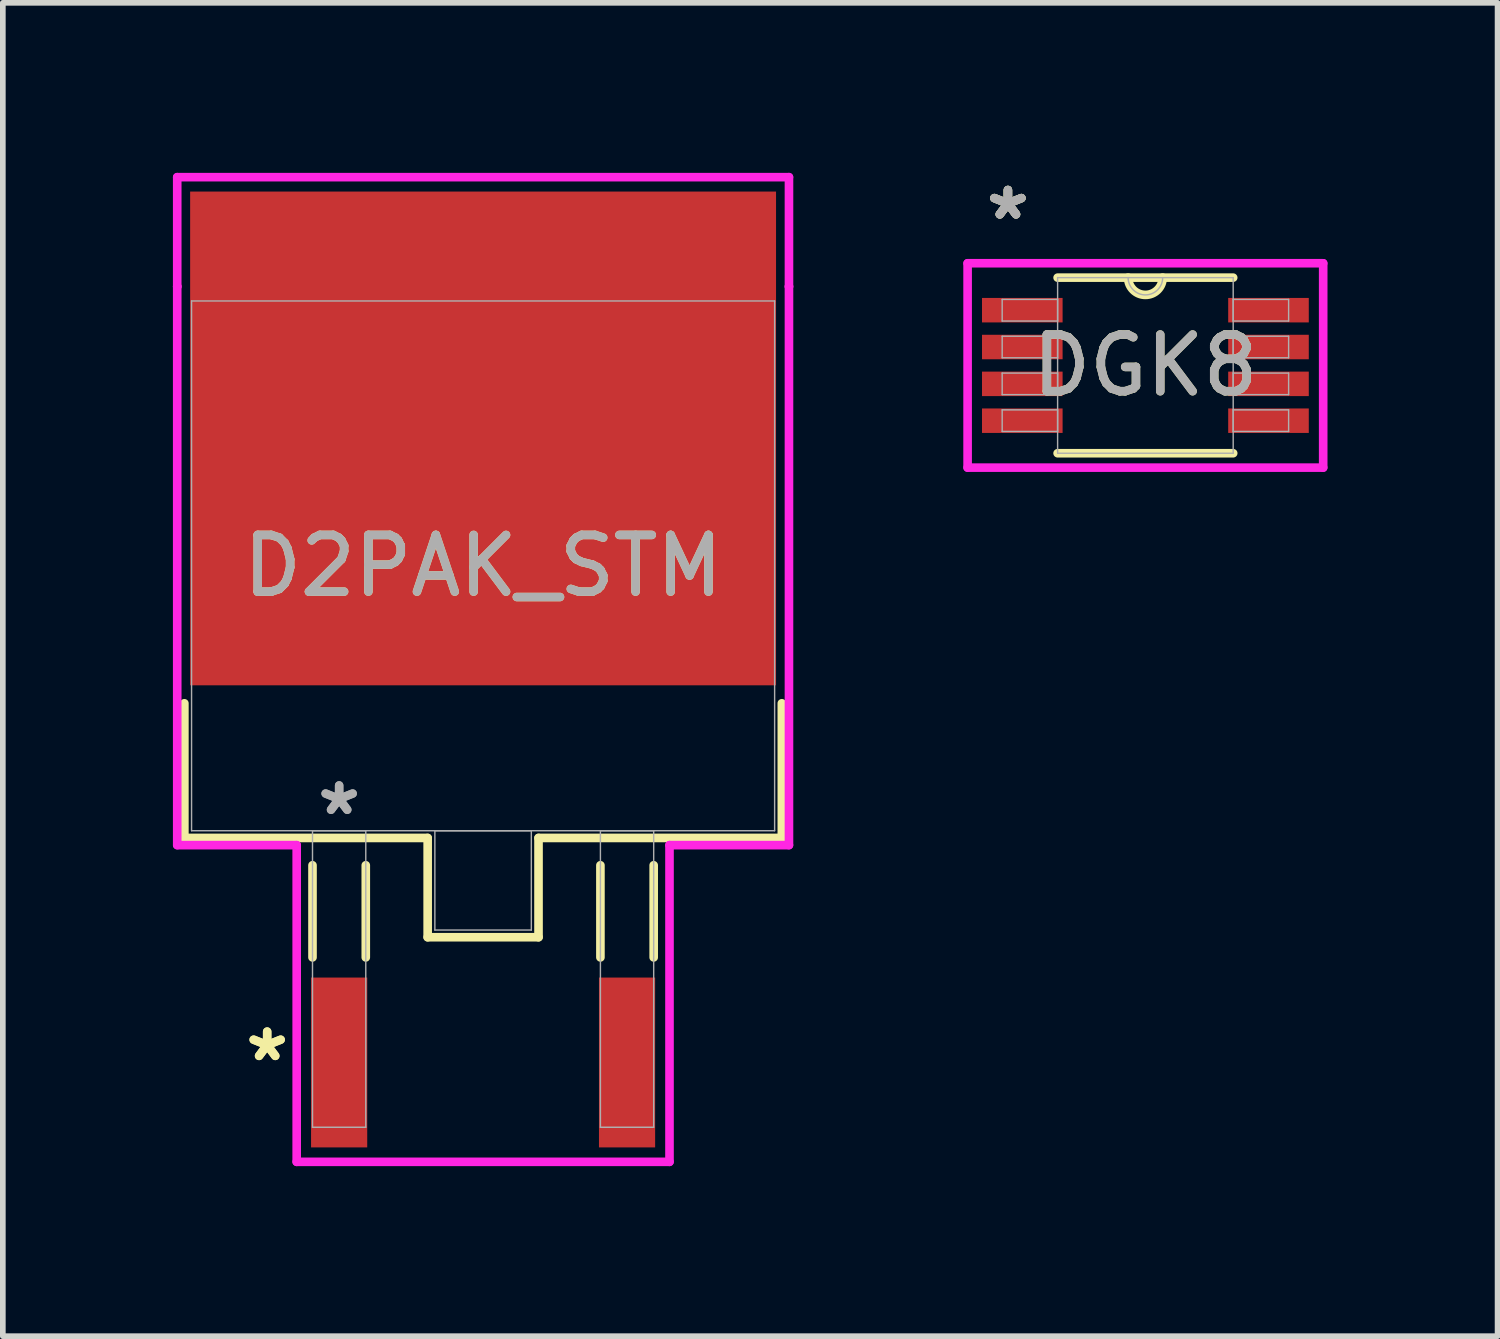
<source format=kicad_pcb>
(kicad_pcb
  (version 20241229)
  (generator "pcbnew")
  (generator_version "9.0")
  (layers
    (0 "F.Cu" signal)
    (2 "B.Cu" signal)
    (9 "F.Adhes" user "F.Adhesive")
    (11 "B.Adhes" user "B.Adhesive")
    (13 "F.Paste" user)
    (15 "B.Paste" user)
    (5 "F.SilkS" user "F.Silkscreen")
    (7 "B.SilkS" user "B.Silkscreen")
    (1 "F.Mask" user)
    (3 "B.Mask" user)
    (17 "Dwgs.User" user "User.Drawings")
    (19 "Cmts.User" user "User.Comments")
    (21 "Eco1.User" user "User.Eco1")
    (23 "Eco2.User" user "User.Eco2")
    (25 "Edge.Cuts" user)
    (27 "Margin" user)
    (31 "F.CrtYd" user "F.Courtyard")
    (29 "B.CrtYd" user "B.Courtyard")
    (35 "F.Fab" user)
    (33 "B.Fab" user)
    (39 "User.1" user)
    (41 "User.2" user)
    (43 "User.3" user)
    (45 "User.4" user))
  (footprint "DGK8"
    (layer "F.Cu")
    (at 17.16 3.398)
    (property "Reference" "DGK8" (at 0 0 0) (unlocked yes) (layer "F.SilkS") (effects (font (size 1 1) (thickness 0.15))))
    (attr smd)
    (fp_line (start -1.549 1.549) (end 1.549 1.549) (stroke (width 0.152) (type solid)) (layer "F.SilkS"))
    (fp_line (start 1.549 -1.549) (end -1.549 -1.549) (stroke (width 0.152) (type solid)) (layer "F.SilkS"))
    (fp_arc (start 0.3048 -1.5494) (mid 0 -1.2446) (end -0.3048 -1.5494) (stroke (width 0.1524) (type solid)) (layer "F.SilkS"))
    (fp_line (start -3.137 -1.803) (end 3.137 -1.803) (stroke (width 0.152) (type solid)) (layer "F.CrtYd"))
    (fp_line (start -3.137 1.803) (end -3.137 -1.803) (stroke (width 0.152) (type solid)) (layer "F.CrtYd"))
    (fp_line (start 3.137 -1.803) (end 3.137 1.803) (stroke (width 0.152) (type solid)) (layer "F.CrtYd"))
    (fp_line (start 3.137 1.803) (end -3.137 1.803) (stroke (width 0.152) (type solid)) (layer "F.CrtYd"))
    (fp_line (start -2.527 -1.165) (end -2.527 -0.784) (stroke (width 0.025) (type solid)) (layer "F.Fab"))
    (fp_line (start -2.527 -0.784) (end -1.549 -0.784) (stroke (width 0.025) (type solid)) (layer "F.Fab"))
    (fp_line (start -2.527 -0.515) (end -2.527 -0.135) (stroke (width 0.025) (type solid)) (layer "F.Fab"))
    (fp_line (start -2.527 -0.135) (end -1.549 -0.135) (stroke (width 0.025) (type solid)) (layer "F.Fab"))
    (fp_line (start -2.527 0.135) (end -2.527 0.515) (stroke (width 0.025) (type solid)) (layer "F.Fab"))
    (fp_line (start -2.527 0.515) (end -1.549 0.515) (stroke (width 0.025) (type solid)) (layer "F.Fab"))
    (fp_line (start -2.527 0.784) (end -2.527 1.165) (stroke (width 0.025) (type solid)) (layer "F.Fab"))
    (fp_line (start -2.527 1.165) (end -1.549 1.165) (stroke (width 0.025) (type solid)) (layer "F.Fab"))
    (fp_line (start -1.549 -1.549) (end -1.549 1.549) (stroke (width 0.025) (type solid)) (layer "F.Fab"))
    (fp_line (start -1.549 -1.165) (end -2.527 -1.165) (stroke (width 0.025) (type solid)) (layer "F.Fab"))
    (fp_line (start -1.549 -0.784) (end -1.549 -1.165) (stroke (width 0.025) (type solid)) (layer "F.Fab"))
    (fp_line (start -1.549 -0.515) (end -2.527 -0.515) (stroke (width 0.025) (type solid)) (layer "F.Fab"))
    (fp_line (start -1.549 -0.135) (end -1.549 -0.515) (stroke (width 0.025) (type solid)) (layer "F.Fab"))
    (fp_line (start -1.549 0.135) (end -2.527 0.135) (stroke (width 0.025) (type solid)) (layer "F.Fab"))
    (fp_line (start -1.549 0.515) (end -1.549 0.135) (stroke (width 0.025) (type solid)) (layer "F.Fab"))
    (fp_line (start -1.549 0.784) (end -2.527 0.784) (stroke (width 0.025) (type solid)) (layer "F.Fab"))
    (fp_line (start -1.549 1.165) (end -1.549 0.784) (stroke (width 0.025) (type solid)) (layer "F.Fab"))
    (fp_line (start -1.549 1.549) (end 1.549 1.549) (stroke (width 0.025) (type solid)) (layer "F.Fab"))
    (fp_line (start 1.549 -1.549) (end -1.549 -1.549) (stroke (width 0.025) (type solid)) (layer "F.Fab"))
    (fp_line (start 1.549 -1.165) (end 1.549 -0.784) (stroke (width 0.025) (type solid)) (layer "F.Fab"))
    (fp_line (start 1.549 -0.784) (end 2.527 -0.784) (stroke (width 0.025) (type solid)) (layer "F.Fab"))
    (fp_line (start 1.549 -0.515) (end 1.549 -0.135) (stroke (width 0.025) (type solid)) (layer "F.Fab"))
    (fp_line (start 1.549 -0.135) (end 2.527 -0.135) (stroke (width 0.025) (type solid)) (layer "F.Fab"))
    (fp_line (start 1.549 0.135) (end 1.549 0.515) (stroke (width 0.025) (type solid)) (layer "F.Fab"))
    (fp_line (start 1.549 0.515) (end 2.527 0.515) (stroke (width 0.025) (type solid)) (layer "F.Fab"))
    (fp_line (start 1.549 0.784) (end 1.549 1.165) (stroke (width 0.025) (type solid)) (layer "F.Fab"))
    (fp_line (start 1.549 1.165) (end 2.527 1.165) (stroke (width 0.025) (type solid)) (layer "F.Fab"))
    (fp_line (start 1.549 1.549) (end 1.549 -1.549) (stroke (width 0.025) (type solid)) (layer "F.Fab"))
    (fp_line (start 2.527 -1.165) (end 1.549 -1.165) (stroke (width 0.025) (type solid)) (layer "F.Fab"))
    (fp_line (start 2.527 -0.784) (end 2.527 -1.165) (stroke (width 0.025) (type solid)) (layer "F.Fab"))
    (fp_line (start 2.527 -0.515) (end 1.549 -0.515) (stroke (width 0.025) (type solid)) (layer "F.Fab"))
    (fp_line (start 2.527 -0.135) (end 2.527 -0.515) (stroke (width 0.025) (type solid)) (layer "F.Fab"))
    (fp_line (start 2.527 0.135) (end 1.549 0.135) (stroke (width 0.025) (type solid)) (layer "F.Fab"))
    (fp_line (start 2.527 0.515) (end 2.527 0.135) (stroke (width 0.025) (type solid)) (layer "F.Fab"))
    (fp_line (start 2.527 0.784) (end 1.549 0.784) (stroke (width 0.025) (type solid)) (layer "F.Fab"))
    (fp_line (start 2.527 1.165) (end 2.527 0.784) (stroke (width 0.025) (type solid)) (layer "F.Fab"))
    (fp_arc (start 0.3048 -1.5494) (mid 0 -1.2446) (end -0.3048 -1.5494) (stroke (width 0.0254) (type solid)) (layer "F.Fab"))
    (fp_text user "*" (at -2.426 -2.55 0) (unlocked yes) (layer "F.SilkS") (effects (font (size 1 1) (thickness 0.15))))
    (fp_text user "*" (at -2.426 -2.55 0) (layer "F.SilkS") (effects (font (size 1 1) (thickness 0.15))))
    (fp_text user "*" (at -2.426 -2.55 0) (unlocked yes) (layer "F.Fab") (effects (font (size 1 1) (thickness 0.15))))
    (fp_text user "*" (at -2.426 -2.55 0) (layer "F.Fab") (effects (font (size 1 1) (thickness 0.15))))
    (fp_text user "${REFERENCE}" (at 0 0 0) (unlocked yes) (layer "F.Fab") (effects (font (size 1 1) (thickness 0.15))))
    (pad "1" smd rect (at -2.172 -0.975) (size 1.422 0.432) (layers "F.Cu" "F.Mask" "F.Paste"))
    (pad "2" smd rect (at -2.172 -0.325) (size 1.422 0.432) (layers "F.Cu" "F.Mask" "F.Paste"))
    (pad "3" smd rect (at -2.172 0.325) (size 1.422 0.432) (layers "F.Cu" "F.Mask" "F.Paste"))
    (pad "4" smd rect (at -2.172 0.975) (size 1.422 0.432) (layers "F.Cu" "F.Mask" "F.Paste"))
    (pad "5" smd rect (at 2.172 0.975) (size 1.422 0.432) (layers "F.Cu" "F.Mask" "F.Paste"))
    (pad "6" smd rect (at 2.172 0.325) (size 1.422 0.432) (layers "F.Cu" "F.Mask" "F.Paste"))
    (pad "7" smd rect (at 2.172 -0.325) (size 1.422 0.432) (layers "F.Cu" "F.Mask" "F.Paste"))
    (pad "8" smd rect (at 2.172 -0.975) (size 1.422 0.432) (layers "F.Cu" "F.Mask" "F.Paste")))
  (footprint "D2PAK_STM"
    (layer "F.Cu")
    (at 5.474 6.934)
    (property "Reference" "D2PAK_STM" (at 0 0 0) (unlocked yes) (layer "F.SilkS") (effects (font (size 1 1) (thickness 0.15))))
    (attr smd)
    (fp_line (start -5.271 2.425) (end -5.271 4.801) (stroke (width 0.152) (type solid)) (layer "F.SilkS"))
    (fp_line (start -5.271 4.801) (end -0.978 4.801) (stroke (width 0.152) (type solid)) (layer "F.SilkS"))
    (fp_line (start -3.01 5.283) (end -3.01 6.909) (stroke (width 0.152) (type solid)) (layer "F.SilkS"))
    (fp_line (start -2.07 5.283) (end -2.07 6.909) (stroke (width 0.152) (type solid)) (layer "F.SilkS"))
    (fp_line (start -0.978 4.801) (end -0.978 6.553) (stroke (width 0.152) (type solid)) (layer "F.SilkS"))
    (fp_line (start -0.978 6.553) (end 0.978 6.553) (stroke (width 0.152) (type solid)) (layer "F.SilkS"))
    (fp_line (start 0.978 4.801) (end 5.271 4.801) (stroke (width 0.152) (type solid)) (layer "F.SilkS"))
    (fp_line (start 0.978 6.553) (end 0.978 4.801) (stroke (width 0.152) (type solid)) (layer "F.SilkS"))
    (fp_line (start 2.07 5.283) (end 2.07 6.909) (stroke (width 0.152) (type solid)) (layer "F.SilkS"))
    (fp_line (start 3.01 5.283) (end 3.01 6.909) (stroke (width 0.152) (type solid)) (layer "F.SilkS"))
    (fp_line (start 5.271 4.801) (end 5.271 2.425) (stroke (width 0.152) (type solid)) (layer "F.SilkS"))
    (fp_line (start -5.397 -6.858) (end 5.397 -6.858) (stroke (width 0.152) (type solid)) (layer "F.CrtYd"))
    (fp_line (start -5.397 -4.928) (end -5.397 -6.858) (stroke (width 0.152) (type solid)) (layer "F.CrtYd"))
    (fp_line (start -5.397 -4.928) (end -5.397 -4.928) (stroke (width 0.152) (type solid)) (layer "F.CrtYd"))
    (fp_line (start -5.397 4.928) (end -5.397 -4.928) (stroke (width 0.152) (type solid)) (layer "F.CrtYd"))
    (fp_line (start -3.289 4.928) (end -5.397 4.928) (stroke (width 0.152) (type solid)) (layer "F.CrtYd"))
    (fp_line (start -3.289 10.516) (end -3.289 4.928) (stroke (width 0.152) (type solid)) (layer "F.CrtYd"))
    (fp_line (start 3.289 4.928) (end 3.289 10.516) (stroke (width 0.152) (type solid)) (layer "F.CrtYd"))
    (fp_line (start 3.289 10.516) (end -3.289 10.516) (stroke (width 0.152) (type solid)) (layer "F.CrtYd"))
    (fp_line (start 5.397 -6.858) (end 5.397 -4.928) (stroke (width 0.152) (type solid)) (layer "F.CrtYd"))
    (fp_line (start 5.397 -4.928) (end 5.397 -4.928) (stroke (width 0.152) (type solid)) (layer "F.CrtYd"))
    (fp_line (start 5.397 -4.928) (end 5.397 4.928) (stroke (width 0.152) (type solid)) (layer "F.CrtYd"))
    (fp_line (start 5.397 4.928) (end 3.289 4.928) (stroke (width 0.152) (type solid)) (layer "F.CrtYd"))
    (fp_line (start -5.144 -4.674) (end -5.144 4.674) (stroke (width 0.025) (type solid)) (layer "F.Fab"))
    (fp_line (start -5.144 4.674) (end 5.144 4.674) (stroke (width 0.025) (type solid)) (layer "F.Fab"))
    (fp_line (start -3.01 4.674) (end -3.01 9.906) (stroke (width 0.025) (type solid)) (layer "F.Fab"))
    (fp_line (start -3.01 9.906) (end -2.07 9.906) (stroke (width 0.025) (type solid)) (layer "F.Fab"))
    (fp_line (start -2.07 4.674) (end -3.01 4.674) (stroke (width 0.025) (type solid)) (layer "F.Fab"))
    (fp_line (start -2.07 9.906) (end -2.07 4.674) (stroke (width 0.025) (type solid)) (layer "F.Fab"))
    (fp_line (start -0.851 4.674) (end -0.851 6.426) (stroke (width 0.025) (type solid)) (layer "F.Fab"))
    (fp_line (start -0.851 6.426) (end 0.851 6.426) (stroke (width 0.025) (type solid)) (layer "F.Fab"))
    (fp_line (start 0.851 4.674) (end -0.851 4.674) (stroke (width 0.025) (type solid)) (layer "F.Fab"))
    (fp_line (start 0.851 6.426) (end 0.851 4.674) (stroke (width 0.025) (type solid)) (layer "F.Fab"))
    (fp_line (start 2.07 4.674) (end 2.07 9.906) (stroke (width 0.025) (type solid)) (layer "F.Fab"))
    (fp_line (start 2.07 9.906) (end 3.01 9.906) (stroke (width 0.025) (type solid)) (layer "F.Fab"))
    (fp_line (start 3.01 4.674) (end 2.07 4.674) (stroke (width 0.025) (type solid)) (layer "F.Fab"))
    (fp_line (start 3.01 9.906) (end 3.01 4.674) (stroke (width 0.025) (type solid)) (layer "F.Fab"))
    (fp_line (start 5.144 -4.674) (end -5.144 -4.674) (stroke (width 0.025) (type solid)) (layer "F.Fab"))
    (fp_line (start 5.144 4.674) (end 5.144 -4.674) (stroke (width 0.025) (type solid)) (layer "F.Fab"))
    (fp_text user "*" (at -3.81 8.763 0) (unlocked yes) (layer "F.SilkS") (effects (font (size 1 1) (thickness 0.15))))
    (fp_text user "*" (at -3.81 8.763 0) (layer "F.SilkS") (effects (font (size 1 1) (thickness 0.15))))
    (fp_text user "*" (at -2.54 4.42 0) (unlocked yes) (layer "F.Fab") (effects (font (size 1 1) (thickness 0.15))))
    (fp_text user "${REFERENCE}" (at 0 0 0) (unlocked yes) (layer "F.Fab") (effects (font (size 1 1) (thickness 0.15))))
    (fp_text user "*" (at -2.54 4.42 0) (layer "F.Fab") (effects (font (size 1 1) (thickness 0.15))))
    (pad "1" smd rect (at -2.54 8.763) (size 0.991 2.997) (layers "F.Cu" "F.Mask" "F.Paste"))
    (pad "2" smd rect (at 2.54 8.763) (size 0.991 2.997) (layers "F.Cu" "F.Mask" "F.Paste"))
    (pad "3" smd rect (at 0 -2.248) (size 10.338 8.712) (layers "F.Cu" "F.Mask" "F.Paste")))
  (gr_rect
    (start -3 -3)
    (end 23.374 20.526)
    (stroke (width 0.1) (type default))
    (fill no)
    (layer "Edge.Cuts")))
</source>
